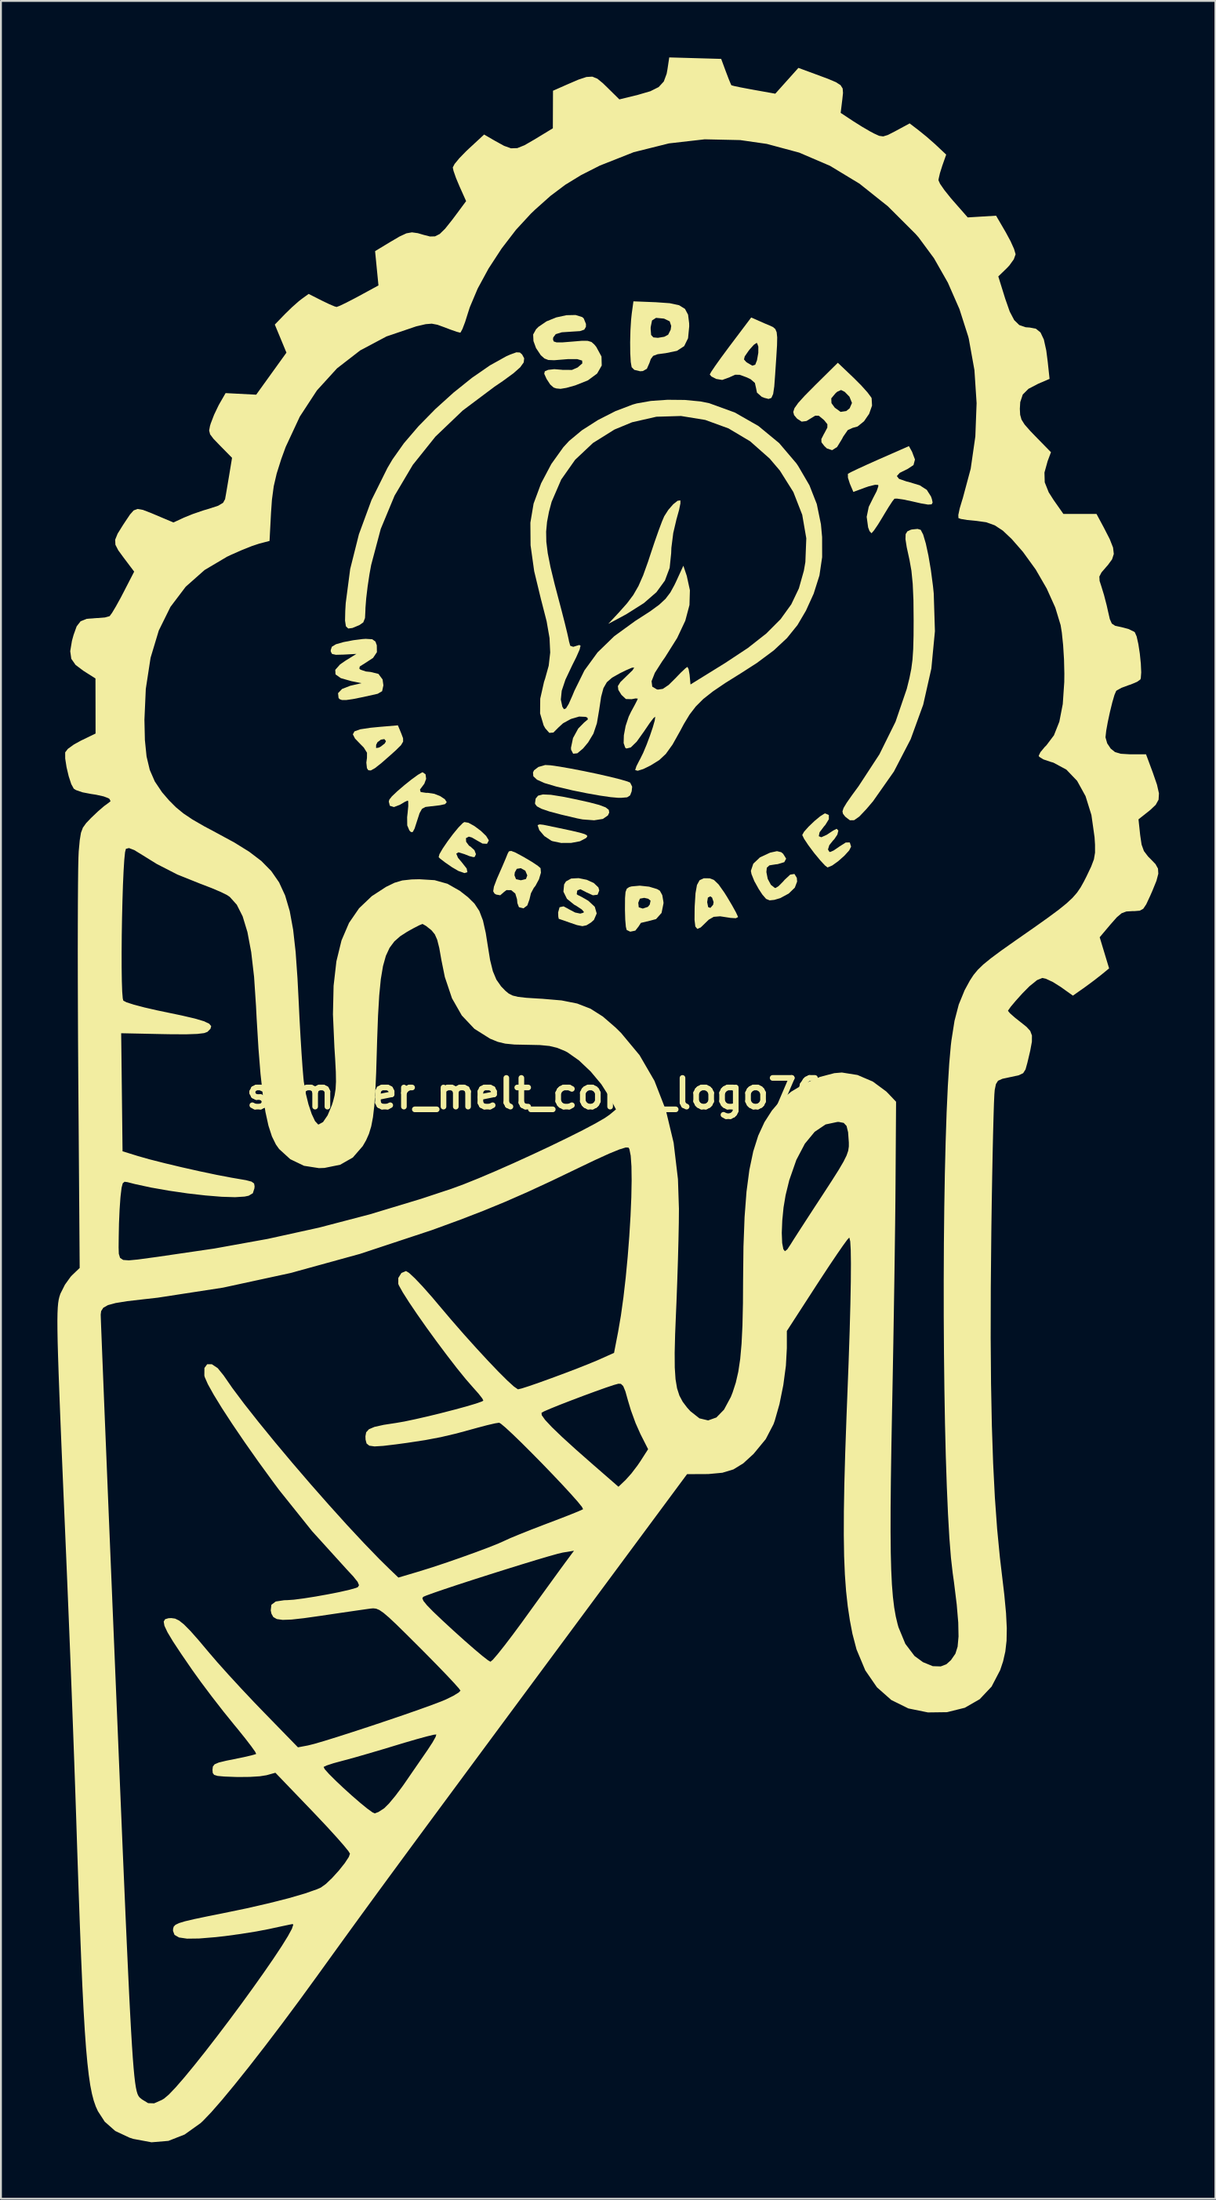
<source format=kicad_pcb>
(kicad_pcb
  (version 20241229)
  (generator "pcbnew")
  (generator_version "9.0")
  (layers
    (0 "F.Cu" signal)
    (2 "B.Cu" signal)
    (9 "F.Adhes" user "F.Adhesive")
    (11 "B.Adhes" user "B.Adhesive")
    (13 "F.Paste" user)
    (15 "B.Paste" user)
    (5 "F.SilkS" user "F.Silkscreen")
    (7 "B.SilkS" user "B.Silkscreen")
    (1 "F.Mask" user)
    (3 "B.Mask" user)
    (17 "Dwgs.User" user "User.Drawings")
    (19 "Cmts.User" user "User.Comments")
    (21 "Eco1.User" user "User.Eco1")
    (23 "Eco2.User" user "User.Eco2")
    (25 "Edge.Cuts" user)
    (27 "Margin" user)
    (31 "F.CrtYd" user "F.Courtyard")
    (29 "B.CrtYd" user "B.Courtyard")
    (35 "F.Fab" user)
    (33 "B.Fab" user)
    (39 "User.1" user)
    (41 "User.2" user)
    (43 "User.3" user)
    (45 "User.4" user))
  (footprint "summer_melt_cone_logo76"
    (layer "F.Cu")
    (at 25.38 55.043)
    (property "Reference" "summer_melt_cone_logo76" (at 0 0 0) (layer "F.SilkS") (effects (font (size 1.524 1.524) (thickness 0.3))))
    (attr board_only exclude_from_pos_files exclude_from_bom)
    (fp_poly (pts (xy 0.444 -14.281) (xy 1.309 -14.102) (xy 1.94 -13.967) (xy 2.369 -13.866) (xy 2.63 -13.789) (xy 2.755 -13.725) (xy 2.778 -13.665) (xy 2.731 -13.597) (xy 2.71 -13.576) (xy 2.389 -13.406) (xy 1.913 -13.317) (xy 1.39 -13.316) (xy 0.928 -13.412) (xy 0.864 -13.438) (xy 0.497 -13.681) (xy 0.228 -13.996) (xy 0.137 -14.264) (xy 0.249 -14.303)) (stroke (width 0) (type solid)) (fill yes) (layer "F.SilkS"))
    (fp_poly (pts (xy 0.843 -15.874) (xy 1.467 -15.775) (xy 2.067 -15.654) (xy 2.855 -15.481) (xy 3.406 -15.337) (xy 3.75 -15.208) (xy 3.919 -15.077) (xy 3.944 -14.931) (xy 3.875 -14.779) (xy 3.608 -14.593) (xy 3.142 -14.52) (xy 2.531 -14.566) (xy 2.253 -14.619) (xy 1.39 -14.822) (xy 0.764 -14.988) (xy 0.345 -15.131) (xy 0.103 -15.26) (xy 0.006 -15.387) (xy 0 -15.43) (xy 0.035 -15.675) (xy 0.163 -15.828) (xy 0.421 -15.893)) (stroke (width 0) (type solid)) (fill yes) (layer "F.SilkS"))
    (fp_poly (pts (xy 0.823 -17.441) (xy 1.297 -17.373) (xy 1.908 -17.266) (xy 2.598 -17.133) (xy 3.304 -16.985) (xy 3.966 -16.835) (xy 4.523 -16.696) (xy 4.914 -16.581) (xy 5.057 -16.521) (xy 5.163 -16.305) (xy 5.137 -16.06) (xy 5.055 -15.844) (xy 4.897 -15.741) (xy 4.581 -15.714) (xy 4.401 -15.716) (xy 4.017 -15.75) (xy 3.444 -15.833) (xy 2.757 -15.955) (xy 2.033 -16.101) (xy 2.003 -16.107) (xy 1.13 -16.312) (xy 0.506 -16.497) (xy 0.107 -16.676) (xy -0.09 -16.86) (xy -0.107 -17.06) (xy -0.052 -17.175) (xy 0.179 -17.352) (xy 0.535 -17.454) (xy 0.55 -17.456)) (stroke (width 0) (type solid)) (fill yes) (layer "F.SilkS"))
    (fp_poly (pts (xy 7.727 -31.353) (xy 7.656 -31.008) (xy 7.529 -30.549) (xy 7.52 -30.52) (xy 7.346 -29.778) (xy 7.247 -28.996) (xy 7.235 -28.697) (xy 7.155 -27.928) (xy 6.902 -27.252) (xy 6.454 -26.638) (xy 5.787 -26.058) (xy 4.879 -25.483) (xy 4.581 -25.319) (xy 3.892 -24.953) (xy 4.451 -25.552) (xy 4.887 -26.041) (xy 5.223 -26.488) (xy 5.497 -26.963) (xy 5.747 -27.533) (xy 6.011 -28.269) (xy 6.137 -28.653) (xy 6.359 -29.317) (xy 6.571 -29.92) (xy 6.749 -30.395) (xy 6.869 -30.674) (xy 7.086 -31.012) (xy 7.343 -31.306) (xy 7.578 -31.493) (xy 7.726 -31.512)) (stroke (width 0) (type solid)) (fill yes) (layer "F.SilkS"))
    (fp_poly (pts (xy -7.1 -19.116) (xy -7.012 -18.879) (xy -7.008 -18.7) (xy -7.119 -18.513) (xy -7.379 -18.254) (xy -7.657 -18.003) (xy -8.162 -17.56) (xy -8.507 -17.288) (xy -8.728 -17.167) (xy -8.859 -17.179) (xy -8.931 -17.288) (xy -8.963 -17.584) (xy -8.93 -17.832) (xy -8.928 -18.109) (xy -9.083 -18.358) (xy -8.445 -18.358) (xy -8.305 -18.379) (xy -8.206 -18.429) (xy -7.983 -18.601) (xy -7.92 -18.723) (xy -8.005 -18.834) (xy -8.19 -18.803) (xy -8.372 -18.667) (xy -8.443 -18.525) (xy -8.445 -18.358) (xy -9.083 -18.358) (xy -9.103 -18.388) (xy -9.271 -18.558) (xy -9.566 -18.864) (xy -9.68 -19.087) (xy -9.593 -19.244) (xy -9.285 -19.354) (xy -8.736 -19.436) (xy -8.266 -19.481) (xy -7.286 -19.564)) (stroke (width 0) (type solid)) (fill yes) (layer "F.SilkS"))
    (fp_poly (pts (xy 13.084 -12.825) (xy 13.186 -12.74) (xy 13.346 -12.482) (xy 13.246 -12.296) (xy 12.892 -12.19) (xy 12.792 -12.18) (xy 12.458 -12.127) (xy 12.319 -12.003) (xy 12.295 -11.77) (xy 12.367 -11.407) (xy 12.535 -11.093) (xy 12.742 -10.929) (xy 12.783 -10.924) (xy 12.939 -11.019) (xy 13.179 -11.26) (xy 13.26 -11.354) (xy 13.561 -11.634) (xy 13.787 -11.669) (xy 13.912 -11.464) (xy 13.929 -11.267) (xy 13.806 -10.942) (xy 13.483 -10.629) (xy 13.03 -10.385) (xy 12.718 -10.293) (xy 12.468 -10.267) (xy 12.28 -10.344) (xy 12.082 -10.573) (xy 11.888 -10.868) (xy 11.655 -11.287) (xy 11.504 -11.661) (xy 11.471 -11.834) (xy 11.6 -12.216) (xy 11.956 -12.552) (xy 12.494 -12.801) (xy 12.499 -12.802) (xy 12.858 -12.88)) (stroke (width 0) (type solid)) (fill yes) (layer "F.SilkS"))
    (fp_poly (pts (xy 9.283 -11.438) (xy 9.507 -11.352) (xy 9.753 -11.116) (xy 10.057 -10.687) (xy 10.205 -10.452) (xy 10.476 -9.996) (xy 10.68 -9.626) (xy 10.782 -9.405) (xy 10.788 -9.378) (xy 10.672 -9.318) (xy 10.388 -9.335) (xy 10.344 -9.343) (xy 9.837 -9.42) (xy 9.496 -9.392) (xy 9.231 -9.24) (xy 9.076 -9.089) (xy 8.806 -8.828) (xy 8.625 -8.75) (xy 8.52 -8.877) (xy 8.477 -9.229) (xy 8.482 -9.826) (xy 8.487 -9.974) (xy 8.5 -10.174) (xy 9.149 -10.174) (xy 9.202 -9.908) (xy 9.32 -9.866) (xy 9.465 -10.033) (xy 9.491 -10.174) (xy 9.41 -10.413) (xy 9.32 -10.481) (xy 9.187 -10.414) (xy 9.149 -10.174) (xy 8.5 -10.174) (xy 8.529 -10.645) (xy 8.607 -11.085) (xy 8.745 -11.336) (xy 8.965 -11.44)) (stroke (width 0) (type solid)) (fill yes) (layer "F.SilkS"))
    (fp_poly (pts (xy 6.063 -10.994) (xy 6.485 -10.867) (xy 6.635 -10.778) (xy 6.763 -10.543) (xy 6.826 -10.175) (xy 6.828 -10.11) (xy 6.725 -9.6) (xy 6.433 -9.272) (xy 5.974 -9.15) (xy 5.951 -9.149) (xy 5.626 -9.07) (xy 5.502 -8.876) (xy 5.331 -8.659) (xy 5.061 -8.603) (xy 4.871 -8.694) (xy 4.828 -8.865) (xy 4.795 -9.236) (xy 4.78 -9.735) (xy 4.78 -9.852) (xy 4.782 -10.14) (xy 5.487 -10.14) (xy 5.513 -9.899) (xy 5.723 -9.832) (xy 5.73 -9.832) (xy 5.998 -9.921) (xy 6.098 -10.043) (xy 6.141 -10.251) (xy 6.012 -10.354) (xy 5.804 -10.4) (xy 5.573 -10.357) (xy 5.487 -10.14) (xy 4.782 -10.14) (xy 4.784 -10.389) (xy 4.811 -10.713) (xy 4.878 -10.887) (xy 5.003 -10.971) (xy 5.128 -11.007) (xy 5.567 -11.047)) (stroke (width 0) (type solid)) (fill yes) (layer "F.SilkS"))
    (fp_poly (pts (xy -3.537 -14.389) (xy -3.217 -14.212) (xy -2.877 -13.958) (xy -2.598 -13.689) (xy -2.461 -13.467) (xy -2.458 -13.44) (xy -2.551 -13.271) (xy -2.789 -13.283) (xy -3.081 -13.447) (xy -3.355 -13.606) (xy -3.516 -13.652) (xy -3.669 -13.571) (xy -3.661 -13.38) (xy -3.509 -13.174) (xy -3.414 -13.11) (xy -3.218 -12.93) (xy -3.139 -12.72) (xy -3.201 -12.579) (xy -3.271 -12.563) (xy -3.482 -12.616) (xy -3.75 -12.722) (xy -4.068 -12.82) (xy -4.184 -12.748) (xy -4.092 -12.528) (xy -3.89 -12.288) (xy -3.631 -11.958) (xy -3.592 -11.763) (xy -3.746 -11.716) (xy -4.069 -11.828) (xy -4.412 -12.028) (xy -4.776 -12.28) (xy -5.038 -12.481) (xy -5.12 -12.562) (xy -5.079 -12.719) (xy -4.906 -13.019) (xy -4.648 -13.398) (xy -4.354 -13.792) (xy -4.069 -14.137) (xy -3.84 -14.37) (xy -3.754 -14.426)) (stroke (width 0) (type solid)) (fill yes) (layer "F.SilkS"))
    (fp_poly (pts (xy -5.817 -16.964) (xy -5.785 -16.723) (xy -5.883 -16.458) (xy -5.924 -16.405) (xy -6.113 -16.153) (xy -6.077 -16.022) (xy -5.797 -15.979) (xy -5.682 -15.977) (xy -5.348 -15.926) (xy -5.031 -15.799) (xy -4.791 -15.638) (xy -4.69 -15.483) (xy -4.78 -15.378) (xy -5.046 -15.32) (xy -5.438 -15.271) (xy -5.515 -15.265) (xy -5.821 -15.228) (xy -6.005 -15.129) (xy -6.134 -14.899) (xy -6.267 -14.489) (xy -6.399 -14.081) (xy -6.497 -13.897) (xy -6.594 -13.895) (xy -6.675 -13.978) (xy -6.79 -14.249) (xy -6.795 -14.688) (xy -6.772 -14.886) (xy -6.735 -15.273) (xy -6.738 -15.52) (xy -6.76 -15.568) (xy -6.918 -15.5) (xy -7.181 -15.343) (xy -7.496 -15.223) (xy -7.714 -15.291) (xy -7.77 -15.514) (xy -7.741 -15.619) (xy -7.605 -15.791) (xy -7.32 -16.061) (xy -6.951 -16.378) (xy -6.566 -16.686) (xy -6.228 -16.932) (xy -6.005 -17.062) (xy -5.97 -17.07)) (stroke (width 0) (type solid)) (fill yes) (layer "F.SilkS"))
    (fp_poly (pts (xy -0.803 -39.368) (xy -0.685 -39.263) (xy -0.575 -39.059) (xy -0.6 -38.842) (xy -0.784 -38.585) (xy -1.148 -38.263) (xy -1.715 -37.849) (xy -2.15 -37.554) (xy -3.843 -36.285) (xy -5.29 -34.902) (xy -6.495 -33.397) (xy -7.463 -31.764) (xy -8.198 -29.995) (xy -8.706 -28.084) (xy -8.796 -27.595) (xy -8.894 -26.946) (xy -8.969 -26.317) (xy -9.009 -25.813) (xy -9.013 -25.671) (xy -9.034 -25.263) (xy -9.125 -25.034) (xy -9.326 -24.892) (xy -9.361 -24.876) (xy -9.703 -24.735) (xy -9.925 -24.707) (xy -10.049 -24.826) (xy -10.095 -25.128) (xy -10.083 -25.648) (xy -10.058 -26.059) (xy -9.821 -27.868) (xy -9.357 -29.715) (xy -8.69 -31.529) (xy -7.841 -33.237) (xy -7.574 -33.689) (xy -6.969 -34.545) (xy -6.193 -35.451) (xy -5.298 -36.363) (xy -4.332 -37.236) (xy -3.348 -38.025) (xy -2.395 -38.684) (xy -1.524 -39.169) (xy -1.318 -39.261) (xy -0.99 -39.378)) (stroke (width 0) (type solid)) (fill yes) (layer "F.SilkS"))
    (fp_poly (pts (xy 6.424 -42.039) (xy 7.157 -41.987) (xy 7.658 -41.879) (xy 7.97 -41.685) (xy 8.134 -41.376) (xy 8.191 -40.921) (xy 8.194 -40.757) (xy 8.133 -40.127) (xy 7.927 -39.707) (xy 7.54 -39.456) (xy 6.947 -39.334) (xy 6.517 -39.278) (xy 6.279 -39.189) (xy 6.152 -39.019) (xy 6.083 -38.817) (xy 5.944 -38.502) (xy 5.729 -38.383) (xy 5.585 -38.373) (xy 5.276 -38.447) (xy 5.136 -38.589) (xy 5.088 -38.863) (xy 5.062 -39.33) (xy 5.056 -39.913) (xy 5.071 -40.533) (xy 5.076 -40.618) (xy 6.145 -40.618) (xy 6.17 -40.3) (xy 6.289 -40.171) (xy 6.528 -40.148) (xy 6.869 -40.204) (xy 7.074 -40.312) (xy 7.208 -40.576) (xy 7.238 -40.779) (xy 7.156 -41.026) (xy 6.873 -41.162) (xy 6.831 -41.172) (xy 6.431 -41.209) (xy 6.219 -41.071) (xy 6.147 -40.718) (xy 6.145 -40.618) (xy 5.076 -40.618) (xy 5.106 -41.11) (xy 5.141 -41.439) (xy 5.23 -42.086)) (stroke (width 0) (type solid)) (fill yes) (layer "F.SilkS"))
    (fp_poly (pts (xy 2.746 -11.36) (xy 3.125 -11.188) (xy 3.369 -10.954) (xy 3.414 -10.795) (xy 3.325 -10.566) (xy 3.076 -10.536) (xy 2.697 -10.71) (xy 2.671 -10.727) (xy 2.411 -10.857) (xy 2.265 -10.803) (xy 2.242 -10.77) (xy 2.217 -10.596) (xy 2.263 -10.557) (xy 2.455 -10.462) (xy 2.766 -10.284) (xy 2.834 -10.243) (xy 3.176 -9.926) (xy 3.278 -9.571) (xy 3.133 -9.231) (xy 2.974 -9.089) (xy 2.735 -8.942) (xy 2.519 -8.897) (xy 2.229 -8.954) (xy 1.844 -9.085) (xy 1.501 -9.206) (xy 1.29 -9.277) (xy 1.263 -9.284) (xy 1.237 -9.403) (xy 1.229 -9.627) (xy 1.304 -9.902) (xy 1.519 -9.949) (xy 1.852 -9.768) (xy 2.132 -9.621) (xy 2.407 -9.564) (xy 2.578 -9.612) (xy 2.594 -9.662) (xy 2.485 -9.783) (xy 2.21 -9.965) (xy 2.082 -10.037) (xy 1.697 -10.349) (xy 1.51 -10.729) (xy 1.547 -11.114) (xy 1.646 -11.274) (xy 1.921 -11.426) (xy 2.316 -11.447)) (stroke (width 0) (type solid)) (fill yes) (layer "F.SilkS"))
    (fp_poly (pts (xy -1.036 -12.805) (xy -0.636 -12.589) (xy -0.58 -12.558) (xy -0.163 -12.311) (xy 0.154 -12.099) (xy 0.295 -11.976) (xy 0.315 -11.738) (xy 0.212 -11.39) (xy 0.025 -11.041) (xy -0.066 -10.925) (xy -0.217 -10.641) (xy -0.296 -10.311) (xy -0.409 -9.998) (xy -0.614 -9.843) (xy -0.839 -9.899) (xy -0.86 -9.919) (xy -0.936 -10.119) (xy -0.956 -10.328) (xy -1.048 -10.63) (xy -1.264 -10.808) (xy -1.515 -10.812) (xy -1.641 -10.717) (xy -1.847 -10.537) (xy -2.062 -10.575) (xy -2.153 -10.629) (xy -2.222 -10.75) (xy -2.183 -10.995) (xy -2.025 -11.412) (xy -1.943 -11.599) (xy -1.092 -11.599) (xy -1.008 -11.39) (xy -0.751 -11.334) (xy -0.48 -11.401) (xy -0.41 -11.593) (xy -0.516 -11.843) (xy -0.754 -11.976) (xy -0.968 -11.941) (xy -1.072 -11.756) (xy -1.092 -11.599) (xy -1.943 -11.599) (xy -1.935 -11.617) (xy -1.725 -12.096) (xy -1.552 -12.503) (xy -1.454 -12.747) (xy -1.387 -12.871) (xy -1.267 -12.894)) (stroke (width 0) (type solid)) (fill yes) (layer "F.SilkS"))
    (fp_poly (pts (xy 15.615 -14.799) (xy 15.615 -14.577) (xy 15.427 -14.273) (xy 15.363 -14.202) (xy 15.122 -13.883) (xy 15.079 -13.675) (xy 15.215 -13.619) (xy 15.51 -13.753) (xy 15.564 -13.79) (xy 15.845 -13.975) (xy 16.022 -14.064) (xy 16.033 -14.066) (xy 16.12 -13.974) (xy 16.067 -13.759) (xy 15.902 -13.513) (xy 15.841 -13.451) (xy 15.64 -13.199) (xy 15.567 -12.968) (xy 15.645 -12.842) (xy 15.686 -12.837) (xy 15.866 -12.914) (xy 16.14 -13.101) (xy 16.151 -13.11) (xy 16.513 -13.34) (xy 16.727 -13.343) (xy 16.797 -13.121) (xy 16.695 -12.919) (xy 16.441 -12.639) (xy 16.114 -12.349) (xy 15.793 -12.119) (xy 15.554 -12.018) (xy 15.543 -12.017) (xy 15.412 -12.117) (xy 15.167 -12.381) (xy 14.857 -12.754) (xy 14.819 -12.802) (xy 14.517 -13.207) (xy 14.297 -13.539) (xy 14.203 -13.733) (xy 14.202 -13.742) (xy 14.298 -13.914) (xy 14.538 -14.182) (xy 14.847 -14.478) (xy 15.152 -14.731) (xy 15.378 -14.874) (xy 15.424 -14.885)) (stroke (width 0) (type solid)) (fill yes) (layer "F.SilkS"))
    (fp_poly (pts (xy -8.65 -24.137) (xy -8.479 -24.014) (xy -8.407 -23.817) (xy -8.401 -23.451) (xy -8.606 -23.145) (xy -9.052 -22.853) (xy -9.057 -22.851) (xy -9.312 -22.69) (xy -9.335 -22.574) (xy -9.272 -22.521) (xy -8.991 -22.425) (xy -8.733 -22.398) (xy -8.321 -22.297) (xy -8.1 -22.001) (xy -8.057 -21.688) (xy -8.124 -21.378) (xy -8.36 -21.24) (xy -8.364 -21.239) (xy -9.131 -21.068) (xy -9.675 -20.959) (xy -10.037 -20.907) (xy -10.26 -20.908) (xy -10.386 -20.957) (xy -10.439 -21.018) (xy -10.467 -21.272) (xy -10.252 -21.497) (xy -9.821 -21.665) (xy -9.79 -21.672) (xy -9.218 -21.803) (xy -9.764 -21.913) (xy -10.317 -22.07) (xy -10.6 -22.269) (xy -10.614 -22.512) (xy -10.359 -22.8) (xy -10.071 -22.999) (xy -9.491 -23.358) (xy -10.174 -23.321) (xy -10.581 -23.311) (xy -10.785 -23.356) (xy -10.852 -23.479) (xy -10.856 -23.555) (xy -10.797 -23.738) (xy -10.578 -23.871) (xy -10.174 -23.986) (xy -9.658 -24.085) (xy -9.158 -24.148) (xy -8.994 -24.158)) (stroke (width 0) (type solid)) (fill yes) (layer "F.SilkS"))
    (fp_poly (pts (xy 20.497 -29.948) (xy 20.626 -29.699) (xy 20.766 -29.227) (xy 20.906 -28.58) (xy 21.037 -27.809) (xy 21.148 -26.962) (xy 21.188 -26.573) (xy 21.251 -24.564) (xy 21.062 -22.584) (xy 20.629 -20.662) (xy 19.963 -18.828) (xy 19.071 -17.108) (xy 17.964 -15.533) (xy 17.614 -15.12) (xy 17.234 -14.719) (xy 16.958 -14.525) (xy 16.734 -14.521) (xy 16.51 -14.69) (xy 16.461 -14.742) (xy 16.367 -14.864) (xy 16.338 -14.994) (xy 16.396 -15.174) (xy 16.561 -15.449) (xy 16.852 -15.864) (xy 17.194 -16.33) (xy 18.301 -18.023) (xy 19.158 -19.754) (xy 19.755 -21.5) (xy 19.757 -21.508) (xy 19.896 -22.068) (xy 19.995 -22.56) (xy 20.06 -23.055) (xy 20.098 -23.623) (xy 20.116 -24.333) (xy 20.12 -25.127) (xy 20.11 -26.211) (xy 20.072 -27.075) (xy 20.003 -27.772) (xy 19.9 -28.353) (xy 19.894 -28.379) (xy 19.753 -29.025) (xy 19.686 -29.456) (xy 19.696 -29.721) (xy 19.789 -29.87) (xy 19.968 -29.952) (xy 20.026 -29.967) (xy 20.33 -29.998)) (stroke (width 0) (type solid)) (fill yes) (layer "F.SilkS"))
    (fp_poly (pts (xy 20.035 -34.097) (xy 20.191 -33.684) (xy 20.113 -33.39) (xy 19.806 -33.186) (xy 19.382 -32.976) (xy 19.228 -32.804) (xy 19.345 -32.655) (xy 19.734 -32.521) (xy 19.86 -32.491) (xy 20.445 -32.314) (xy 20.819 -32.072) (xy 21.043 -31.719) (xy 21.091 -31.579) (xy 21.129 -31.398) (xy 21.076 -31.303) (xy 20.885 -31.29) (xy 20.514 -31.353) (xy 20.009 -31.468) (xy 19.565 -31.561) (xy 19.233 -31.608) (xy 19.101 -31.602) (xy 18.991 -31.464) (xy 18.787 -31.152) (xy 18.53 -30.729) (xy 18.488 -30.657) (xy 18.228 -30.232) (xy 18.014 -29.918) (xy 17.887 -29.773) (xy 17.877 -29.77) (xy 17.775 -29.884) (xy 17.702 -30.077) (xy 17.625 -30.639) (xy 17.734 -31.169) (xy 17.97 -31.646) (xy 18.155 -32.003) (xy 18.244 -32.261) (xy 18.238 -32.335) (xy 18.071 -32.341) (xy 17.743 -32.262) (xy 17.535 -32.191) (xy 16.917 -31.962) (xy 16.73 -32.402) (xy 16.629 -32.718) (xy 16.626 -32.916) (xy 16.636 -32.929) (xy 16.79 -33.014) (xy 17.144 -33.184) (xy 17.645 -33.414) (xy 18.244 -33.682) (xy 18.299 -33.706) (xy 19.869 -34.396)) (stroke (width 0) (type solid)) (fill yes) (layer "F.SilkS"))
    (fp_poly (pts (xy 12.197 -40.916) (xy 12.456 -40.809) (xy 12.644 -40.722) (xy 12.77 -40.614) (xy 12.842 -40.443) (xy 12.87 -40.169) (xy 12.861 -39.75) (xy 12.824 -39.146) (xy 12.768 -38.314) (xy 12.761 -38.202) (xy 12.714 -37.567) (xy 12.655 -37.165) (xy 12.562 -36.957) (xy 12.411 -36.902) (xy 12.178 -36.962) (xy 12.051 -37.012) (xy 11.795 -37.237) (xy 11.744 -37.488) (xy 11.684 -37.753) (xy 11.459 -37.948) (xy 11.232 -38.055) (xy 10.878 -38.183) (xy 10.635 -38.188) (xy 10.369 -38.068) (xy 10.341 -38.053) (xy 9.949 -37.911) (xy 9.624 -37.965) (xy 9.373 -38.096) (xy 9.286 -38.201) (xy 9.364 -38.344) (xy 9.578 -38.661) (xy 9.82 -39) (xy 11.105 -39) (xy 11.214 -38.874) (xy 11.272 -38.83) (xy 11.548 -38.668) (xy 11.703 -38.72) (xy 11.795 -38.953) (xy 11.866 -39.35) (xy 11.868 -39.683) (xy 11.802 -39.864) (xy 11.77 -39.875) (xy 11.625 -39.775) (xy 11.404 -39.527) (xy 11.34 -39.444) (xy 11.144 -39.16) (xy 11.105 -39) (xy 9.82 -39) (xy 9.897 -39.107) (xy 10.29 -39.639) (xy 10.387 -39.768) (xy 11.488 -41.228)) (stroke (width 0) (type solid)) (fill yes) (layer "F.SilkS"))
    (fp_poly (pts (xy 16.938 -38.018) (xy 17.34 -37.615) (xy 17.666 -37.252) (xy 17.862 -36.99) (xy 17.888 -36.939) (xy 17.91 -36.548) (xy 17.756 -36.111) (xy 17.482 -35.713) (xy 17.14 -35.438) (xy 16.875 -35.364) (xy 16.62 -35.247) (xy 16.372 -34.89) (xy 16.319 -34.783) (xy 16.053 -34.348) (xy 15.789 -34.18) (xy 15.511 -34.272) (xy 15.376 -34.399) (xy 15.223 -34.596) (xy 15.215 -34.771) (xy 15.353 -35.042) (xy 15.38 -35.087) (xy 15.534 -35.377) (xy 15.537 -35.558) (xy 15.378 -35.756) (xy 15.323 -35.811) (xy 15.079 -36.01) (xy 14.89 -36.012) (xy 14.781 -35.946) (xy 14.423 -35.728) (xy 14.171 -35.696) (xy 13.938 -35.846) (xy 13.904 -35.879) (xy 13.768 -36.043) (xy 13.723 -36.21) (xy 13.789 -36.414) (xy 13.987 -36.691) (xy 14.205 -36.932) (xy 15.743 -36.932) (xy 15.754 -36.678) (xy 15.93 -36.438) (xy 16.239 -36.214) (xy 16.539 -36.259) (xy 16.718 -36.402) (xy 16.844 -36.689) (xy 16.709 -37.022) (xy 16.46 -37.277) (xy 16.263 -37.377) (xy 16.058 -37.282) (xy 15.975 -37.21) (xy 15.743 -36.932) (xy 14.205 -36.932) (xy 14.338 -37.078) (xy 14.863 -37.608) (xy 15.001 -37.745) (xy 16.092 -38.823)) (stroke (width 0) (type solid)) (fill yes) (layer "F.SilkS"))
    (fp_poly (pts (xy 2.511 -41.249) (xy 2.589 -41.179) (xy 2.708 -40.885) (xy 2.706 -40.735) (xy 2.619 -40.583) (xy 2.391 -40.505) (xy 1.967 -40.478) (xy 1.423 -40.442) (xy 1.104 -40.346) (xy 0.969 -40.17) (xy 0.956 -40.06) (xy 0.995 -39.955) (xy 1.147 -39.906) (xy 1.466 -39.907) (xy 1.959 -39.946) (xy 2.478 -39.989) (xy 2.8 -39.988) (xy 3.001 -39.927) (xy 3.157 -39.788) (xy 3.256 -39.666) (xy 3.533 -39.155) (xy 3.546 -38.678) (xy 3.302 -38.251) (xy 2.81 -37.888) (xy 2.141 -37.622) (xy 1.664 -37.489) (xy 1.356 -37.438) (xy 1.131 -37.46) (xy 0.987 -37.509) (xy 0.806 -37.671) (xy 0.614 -37.965) (xy 0.613 -37.967) (xy 0.49 -38.24) (xy 0.521 -38.371) (xy 0.696 -38.446) (xy 1.025 -38.483) (xy 1.435 -38.45) (xy 1.457 -38.446) (xy 1.966 -38.443) (xy 2.269 -38.576) (xy 2.515 -38.791) (xy 2.504 -38.94) (xy 2.245 -39.017) (xy 1.745 -39.017) (xy 1.513 -38.998) (xy 1.015 -38.958) (xy 0.705 -38.971) (xy 0.499 -39.052) (xy 0.315 -39.217) (xy 0.304 -39.228) (xy 0.054 -39.604) (xy -0.082 -39.976) (xy -0.099 -40.325) (xy 0.055 -40.602) (xy 0.184 -40.732) (xy 0.609 -41.022) (xy 1.13 -41.233) (xy 1.671 -41.35) (xy 2.157 -41.36)) (stroke (width 0) (type solid)) (fill yes) (layer "F.SilkS"))
    (fp_poly (pts (xy 7.961 -36.848) (xy 8.799 -36.768) (xy 9.254 -36.676) (xy 10.616 -36.182) (xy 11.871 -35.465) (xy 12.975 -34.555) (xy 13.887 -33.483) (xy 13.985 -33.339) (xy 14.583 -32.315) (xy 14.974 -31.318) (xy 15.194 -30.245) (xy 15.256 -29.565) (xy 15.258 -28.498) (xy 15.115 -27.526) (xy 14.807 -26.554) (xy 14.398 -25.656) (xy 13.949 -24.892) (xy 13.391 -24.2) (xy 12.685 -23.542) (xy 11.789 -22.876) (xy 10.966 -22.347) (xy 10.109 -21.811) (xy 9.449 -21.363) (xy 8.942 -20.963) (xy 8.546 -20.568) (xy 8.216 -20.139) (xy 7.91 -19.634) (xy 7.711 -19.26) (xy 7.309 -18.543) (xy 6.952 -18.046) (xy 6.606 -17.722) (xy 6.582 -17.706) (xy 6.144 -17.434) (xy 5.75 -17.241) (xy 5.458 -17.151) (xy 5.328 -17.186) (xy 5.326 -17.202) (xy 5.389 -17.393) (xy 5.547 -17.705) (xy 5.589 -17.779) (xy 5.747 -18.098) (xy 5.929 -18.534) (xy 6.109 -19.014) (xy 6.262 -19.468) (xy 6.363 -19.824) (xy 6.387 -20.011) (xy 6.382 -20.02) (xy 6.289 -19.94) (xy 6.093 -19.682) (xy 5.833 -19.3) (xy 5.806 -19.259) (xy 5.404 -18.696) (xy 5.089 -18.389) (xy 4.858 -18.333) (xy 4.794 -18.375) (xy 4.71 -18.623) (xy 4.722 -19.037) (xy 4.815 -19.532) (xy 4.978 -20.024) (xy 5.1 -20.279) (xy 5.3 -20.647) (xy 5.432 -20.906) (xy 5.462 -20.982) (xy 5.35 -20.994) (xy 5.136 -20.953) (xy 4.83 -20.961) (xy 4.59 -21.186) (xy 4.428 -21.448) (xy 4.403 -21.648) (xy 4.538 -21.863) (xy 4.857 -22.174) (xy 4.882 -22.197) (xy 5.181 -22.488) (xy 5.274 -22.63) (xy 5.153 -22.626) (xy 4.81 -22.478) (xy 4.507 -22.328) (xy 4.095 -22.096) (xy 3.817 -21.854) (xy 3.636 -21.538) (xy 3.514 -21.081) (xy 3.414 -20.419) (xy 3.411 -20.396) (xy 3.288 -19.672) (xy 3.105 -19.125) (xy 2.822 -18.655) (xy 2.553 -18.333) (xy 2.248 -18.079) (xy 2.027 -18.057) (xy 1.918 -18.267) (xy 1.912 -18.374) (xy 2.02 -18.889) (xy 2.297 -19.395) (xy 2.617 -19.72) (xy 2.811 -19.88) (xy 2.784 -19.972) (xy 2.692 -20.014) (xy 2.345 -20.03) (xy 1.908 -19.902) (xy 1.491 -19.674) (xy 1.246 -19.45) (xy 0.978 -19.181) (xy 0.761 -19.163) (xy 0.547 -19.403) (xy 0.458 -19.562) (xy 0.27 -20.197) (xy 0.278 -20.982) (xy 0.48 -21.876) (xy 0.536 -22.042) (xy 0.728 -22.732) (xy 0.808 -23.433) (xy 0.772 -24.201) (xy 0.617 -25.094) (xy 0.341 -26.17) (xy 0.327 -26.219) (xy -0.044 -27.753) (xy -0.236 -29.128) (xy -0.242 -29.853) (xy 0.591 -29.853) (xy 0.601 -29.317) (xy 0.677 -28.707) (xy 0.822 -27.973) (xy 1.043 -27.063) (xy 1.229 -26.356) (xy 1.42 -25.633) (xy 1.587 -24.979) (xy 1.715 -24.453) (xy 1.792 -24.11) (xy 1.805 -24.034) (xy 1.872 -23.791) (xy 2.031 -23.734) (xy 2.347 -23.831) (xy 2.421 -23.8) (xy 2.371 -23.59) (xy 2.191 -23.181) (xy 1.972 -22.743) (xy 1.616 -21.99) (xy 1.42 -21.402) (xy 1.372 -20.933) (xy 1.452 -20.554) (xy 1.537 -20.421) (xy 1.644 -20.462) (xy 1.791 -20.701) (xy 1.997 -21.166) (xy 2.091 -21.395) (xy 2.627 -22.482) (xy 3.322 -23.436) (xy 4.212 -24.3) (xy 5.335 -25.115) (xy 5.462 -25.196) (xy 6.123 -25.623) (xy 6.597 -25.969) (xy 6.935 -26.283) (xy 7.191 -26.619) (xy 7.414 -27.027) (xy 7.512 -27.233) (xy 7.883 -28.042) (xy 8.064 -27.506) (xy 8.231 -26.741) (xy 8.208 -25.956) (xy 7.986 -25.121) (xy 7.555 -24.205) (xy 6.908 -23.176) (xy 6.754 -22.957) (xy 6.368 -22.351) (xy 6.194 -21.908) (xy 6.231 -21.618) (xy 6.477 -21.473) (xy 6.535 -21.463) (xy 6.793 -21.501) (xy 7.102 -21.71) (xy 7.439 -22.043) (xy 7.754 -22.369) (xy 7.995 -22.595) (xy 8.099 -22.669) (xy 8.162 -22.549) (xy 8.214 -22.255) (xy 8.219 -22.202) (xy 8.262 -21.734) (xy 10.105 -22.875) (xy 11.318 -23.677) (xy 12.291 -24.442) (xy 13.05 -25.203) (xy 13.618 -25.991) (xy 14.022 -26.837) (xy 14.286 -27.773) (xy 14.367 -28.237) (xy 14.416 -29.5) (xy 14.2 -30.748) (xy 13.729 -31.955) (xy 13.012 -33.096) (xy 12.469 -33.735) (xy 11.433 -34.651) (xy 10.281 -35.337) (xy 9.045 -35.787) (xy 7.759 -35.996) (xy 6.452 -35.957) (xy 5.159 -35.663) (xy 4.222 -35.276) (xy 3.081 -34.563) (xy 2.133 -33.671) (xy 1.394 -32.622) (xy 0.883 -31.438) (xy 0.742 -30.908) (xy 0.639 -30.366) (xy 0.591 -29.853) (xy -0.242 -29.853) (xy -0.246 -30.329) (xy -0.075 -31.344) (xy -0.073 -31.349) (xy 0.325 -32.421) (xy 0.868 -33.447) (xy 1.505 -34.337) (xy 1.81 -34.669) (xy 2.489 -35.234) (xy 3.343 -35.78) (xy 4.273 -36.254) (xy 5.184 -36.601) (xy 5.403 -36.663) (xy 6.152 -36.795) (xy 7.041 -36.857)) (stroke (width 0) (type solid)) (fill yes) (layer "F.SilkS"))
    (fp_poly (pts (xy 8.513 -55.004) (xy 9.893 -54.965) (xy 10.145 -54.284) (xy 10.293 -53.896) (xy 10.402 -53.632) (xy 10.437 -53.564) (xy 10.579 -53.524) (xy 10.927 -53.451) (xy 11.414 -53.359) (xy 11.622 -53.321) (xy 12.768 -53.116) (xy 13.383 -53.802) (xy 13.997 -54.487) (xy 14.934 -54.142) (xy 15.57 -53.906) (xy 15.991 -53.728) (xy 16.237 -53.57) (xy 16.349 -53.392) (xy 16.367 -53.156) (xy 16.332 -52.824) (xy 16.329 -52.802) (xy 16.243 -52.097) (xy 16.895 -51.666) (xy 17.358 -51.374) (xy 17.813 -51.109) (xy 18.016 -51.001) (xy 18.289 -50.877) (xy 18.502 -50.847) (xy 18.751 -50.923) (xy 19.131 -51.118) (xy 19.196 -51.153) (xy 19.908 -51.538) (xy 20.388 -51.171) (xy 20.801 -50.837) (xy 21.242 -50.451) (xy 21.359 -50.342) (xy 21.85 -49.88) (xy 21.645 -49.298) (xy 21.519 -48.899) (xy 21.447 -48.587) (xy 21.44 -48.516) (xy 21.525 -48.328) (xy 21.753 -47.998) (xy 22.081 -47.588) (xy 22.217 -47.43) (xy 22.995 -46.544) (xy 23.749 -46.59) (xy 24.502 -46.635) (xy 25.019 -45.748) (xy 25.272 -45.278) (xy 25.457 -44.867) (xy 25.536 -44.596) (xy 25.537 -44.58) (xy 25.443 -44.319) (xy 25.206 -43.99) (xy 25.078 -43.854) (xy 24.619 -43.409) (xy 24.988 -42.223) (xy 25.227 -41.541) (xy 25.464 -41.09) (xy 25.735 -40.826) (xy 26.074 -40.71) (xy 26.288 -40.695) (xy 26.618 -40.632) (xy 26.862 -40.433) (xy 27.039 -40.06) (xy 27.168 -39.477) (xy 27.245 -38.88) (xy 27.343 -37.967) (xy 26.745 -37.711) (xy 26.222 -37.439) (xy 25.919 -37.136) (xy 25.785 -36.732) (xy 25.764 -36.378) (xy 25.78 -36.062) (xy 25.852 -35.805) (xy 26.019 -35.54) (xy 26.322 -35.196) (xy 26.591 -34.917) (xy 27.418 -34.072) (xy 27.239 -33.594) (xy 27.072 -32.991) (xy 27.087 -32.472) (xy 27.298 -31.942) (xy 27.558 -31.534) (xy 28.078 -30.794) (xy 29.837 -30.794) (xy 30.224 -30.074) (xy 30.541 -29.455) (xy 30.717 -29.007) (xy 30.757 -28.669) (xy 30.665 -28.381) (xy 30.446 -28.083) (xy 30.377 -28.004) (xy 30.104 -27.688) (xy 29.989 -27.467) (xy 30.002 -27.236) (xy 30.096 -26.945) (xy 30.236 -26.489) (xy 30.381 -25.93) (xy 30.445 -25.641) (xy 30.545 -25.207) (xy 30.652 -24.968) (xy 30.827 -24.853) (xy 31.129 -24.787) (xy 31.146 -24.784) (xy 31.542 -24.679) (xy 31.836 -24.537) (xy 31.875 -24.505) (xy 31.97 -24.288) (xy 32.061 -23.883) (xy 32.139 -23.374) (xy 32.193 -22.845) (xy 32.214 -22.38) (xy 32.191 -22.064) (xy 32.167 -21.998) (xy 31.99 -21.873) (xy 31.656 -21.733) (xy 31.538 -21.695) (xy 31.168 -21.558) (xy 30.915 -21.418) (xy 30.879 -21.384) (xy 30.791 -21.176) (xy 30.676 -20.781) (xy 30.553 -20.279) (xy 30.439 -19.752) (xy 30.354 -19.282) (xy 30.317 -18.949) (xy 30.316 -18.922) (xy 30.407 -18.605) (xy 30.595 -18.325) (xy 30.82 -18.145) (xy 31.125 -18.054) (xy 31.599 -18.026) (xy 31.671 -18.026) (xy 32.469 -18.026) (xy 32.827 -17.062) (xy 33.051 -16.414) (xy 33.156 -15.952) (xy 33.136 -15.615) (xy 32.983 -15.34) (xy 32.693 -15.066) (xy 32.627 -15.013) (xy 32.069 -14.571) (xy 32.158 -13.738) (xy 32.233 -13.231) (xy 32.357 -12.887) (xy 32.58 -12.594) (xy 32.727 -12.448) (xy 32.973 -12.192) (xy 33.105 -11.956) (xy 33.122 -11.681) (xy 33.023 -11.306) (xy 32.806 -10.771) (xy 32.678 -10.481) (xy 32.479 -10.054) (xy 32.321 -9.819) (xy 32.138 -9.719) (xy 31.86 -9.696) (xy 31.753 -9.696) (xy 31.423 -9.676) (xy 31.171 -9.582) (xy 30.916 -9.367) (xy 30.593 -9.001) (xy 30.007 -8.307) (xy 30.257 -7.481) (xy 30.507 -6.654) (xy 30.104 -6.323) (xy 29.736 -6.035) (xy 29.294 -5.707) (xy 29.143 -5.599) (xy 28.584 -5.206) (xy 27.924 -5.676) (xy 27.514 -5.932) (xy 27.147 -6.103) (xy 26.961 -6.145) (xy 26.68 -6.032) (xy 26.275 -5.704) (xy 25.893 -5.318) (xy 25.541 -4.926) (xy 25.276 -4.61) (xy 25.143 -4.421) (xy 25.135 -4.396) (xy 25.239 -4.27) (xy 25.503 -4.037) (xy 25.81 -3.794) (xy 26.12 -3.547) (xy 26.316 -3.332) (xy 26.407 -3.089) (xy 26.404 -2.758) (xy 26.315 -2.278) (xy 26.164 -1.639) (xy 26.066 -1.286) (xy 25.941 -1.088) (xy 25.708 -0.976) (xy 25.289 -0.885) (xy 25.266 -0.881) (xy 24.838 -0.789) (xy 24.605 -0.685) (xy 24.493 -0.507) (xy 24.429 -0.198) (xy 24.41 0.042) (xy 24.388 0.526) (xy 24.366 1.227) (xy 24.342 2.117) (xy 24.318 3.168) (xy 24.295 4.351) (xy 24.273 5.638) (xy 24.253 7.001) (xy 24.248 7.374) (xy 24.22 10.298) (xy 24.214 12.968) (xy 24.233 15.401) (xy 24.276 17.614) (xy 24.344 19.626) (xy 24.437 21.454) (xy 24.557 23.116) (xy 24.703 24.629) (xy 24.794 25.4) (xy 24.937 26.608) (xy 25.03 27.592) (xy 25.07 28.395) (xy 25.058 29.06) (xy 24.993 29.631) (xy 24.875 30.153) (xy 24.719 30.622) (xy 24.262 31.498) (xy 23.631 32.167) (xy 22.838 32.622) (xy 21.894 32.856) (xy 20.879 32.869) (xy 19.839 32.657) (xy 18.934 32.21) (xy 18.17 31.534) (xy 17.551 30.636) (xy 17.085 29.522) (xy 16.868 28.693) (xy 16.731 27.975) (xy 16.619 27.23) (xy 16.531 26.431) (xy 16.467 25.553) (xy 16.426 24.57) (xy 16.409 23.456) (xy 16.413 22.186) (xy 16.438 20.732) (xy 16.485 19.071) (xy 16.552 17.175) (xy 16.591 16.182) (xy 16.664 14.294) (xy 16.72 12.627) (xy 16.759 11.187) (xy 16.782 9.982) (xy 16.788 9.019) (xy 16.778 8.306) (xy 16.751 7.849) (xy 16.706 7.657) (xy 16.694 7.65) (xy 16.593 7.761) (xy 16.368 8.068) (xy 16.042 8.539) (xy 15.637 9.14) (xy 15.177 9.839) (xy 14.987 10.13) (xy 13.383 12.607) (xy 13.383 13.523) (xy 13.332 14.451) (xy 13.195 15.479) (xy 12.99 16.494) (xy 12.738 17.38) (xy 12.672 17.563) (xy 12.26 18.354) (xy 11.622 19.128) (xy 11.611 19.14) (xy 11.065 19.64) (xy 10.542 19.961) (xy 9.956 20.138) (xy 9.221 20.206) (xy 8.922 20.21) (xy 8.081 20.211) (xy 0.923 29.872) (xy -0.528 31.83) (xy -1.828 33.585) (xy -2.99 35.155) (xy -4.026 36.556) (xy -4.95 37.805) (xy -5.773 38.918) (xy -6.508 39.914) (xy -7.166 40.808) (xy -7.762 41.618) (xy -8.306 42.36) (xy -8.811 43.051) (xy -9.29 43.708) (xy -9.755 44.348) (xy -10.219 44.988) (xy -10.694 45.645) (xy -11.192 46.335) (xy -11.567 46.855) (xy -12.52 48.164) (xy -13.455 49.422) (xy -14.354 50.604) (xy -15.197 51.688) (xy -15.967 52.65) (xy -16.644 53.467) (xy -17.21 54.114) (xy -17.647 54.57) (xy -17.774 54.687) (xy -18.621 55.291) (xy -19.48 55.628) (xy -20.379 55.703) (xy -21.345 55.523) (xy -21.547 55.458) (xy -22.305 55.103) (xy -22.865 54.609) (xy -23.227 54.051) (xy -23.343 53.796) (xy -23.448 53.493) (xy -23.544 53.127) (xy -23.632 52.68) (xy -23.712 52.136) (xy -23.787 51.479) (xy -23.858 50.692) (xy -23.925 49.759) (xy -23.99 48.662) (xy -24.054 47.386) (xy -24.118 45.914) (xy -24.184 44.23) (xy -24.253 42.317) (xy -24.327 40.158) (xy -24.378 38.578) (xy -24.426 37.148) (xy -24.484 35.503) (xy -24.55 33.704) (xy -24.621 31.808) (xy -24.696 29.874) (xy -24.773 27.961) (xy -24.848 26.128) (xy -24.916 24.512) (xy -25.01 22.319) (xy -25.093 20.381) (xy -25.165 18.682) (xy -25.225 17.206) (xy -25.275 15.935) (xy -25.315 14.852) (xy -25.345 13.94) (xy -25.366 13.183) (xy -25.377 12.564) (xy -25.38 12.065) (xy -25.375 11.733) (xy -23.078 11.733) (xy -23.073 11.917) (xy -23.057 12.355) (xy -23.03 13.03) (xy -22.995 13.923) (xy -22.951 15.017) (xy -22.9 16.292) (xy -22.841 17.732) (xy -22.776 19.317) (xy -22.706 21.03) (xy -22.631 22.852) (xy -22.552 24.766) (xy -22.469 26.752) (xy -22.466 26.841) (xy -22.335 29.98) (xy -22.215 32.859) (xy -22.106 35.487) (xy -22.006 37.878) (xy -21.915 40.041) (xy -21.831 41.989) (xy -21.756 43.734) (xy -21.686 45.286) (xy -21.623 46.658) (xy -21.566 47.86) (xy -21.512 48.905) (xy -21.463 49.804) (xy -21.417 50.568) (xy -21.374 51.209) (xy -21.332 51.739) (xy -21.292 52.168) (xy -21.252 52.51) (xy -21.212 52.774) (xy -21.171 52.972) (xy -21.129 53.117) (xy -21.084 53.22) (xy -21.037 53.291) (xy -20.986 53.343) (xy -20.93 53.388) (xy -20.878 53.429) (xy -20.559 53.624) (xy -20.239 53.634) (xy -19.832 53.454) (xy -19.71 53.381) (xy -19.459 53.169) (xy -19.094 52.786) (xy -18.634 52.257) (xy -18.1 51.609) (xy -17.51 50.868) (xy -16.885 50.06) (xy -16.243 49.212) (xy -15.603 48.35) (xy -14.987 47.5) (xy -14.412 46.69) (xy -13.898 45.945) (xy -13.465 45.292) (xy -13.133 44.757) (xy -12.92 44.367) (xy -12.846 44.147) (xy -12.877 44.109) (xy -13.019 44.136) (xy -13.367 44.209) (xy -13.858 44.314) (xy -14.142 44.376) (xy -14.812 44.504) (xy -15.632 44.635) (xy -16.477 44.75) (xy -16.972 44.806) (xy -17.851 44.878) (xy -18.489 44.886) (xy -18.915 44.824) (xy -19.156 44.687) (xy -19.237 44.47) (xy -19.23 44.352) (xy -19.196 44.243) (xy -19.103 44.149) (xy -18.917 44.06) (xy -18.601 43.964) (xy -18.119 43.85) (xy -17.436 43.707) (xy -16.66 43.552) (xy -15.334 43.278) (xy -14.131 43.002) (xy -13.083 42.736) (xy -12.224 42.486) (xy -11.587 42.263) (xy -11.38 42.172) (xy -11.114 41.981) (xy -10.776 41.658) (xy -10.422 41.267) (xy -10.11 40.875) (xy -9.895 40.548) (xy -9.832 40.373) (xy -9.923 40.226) (xy -10.177 39.916) (xy -10.566 39.474) (xy -11.061 38.932) (xy -11.636 38.322) (xy -11.813 38.136) (xy -13.795 36.074) (xy -14.268 36.205) (xy -14.625 36.261) (xy -15.156 36.294) (xy -15.763 36.3) (xy -15.939 36.296) (xy -16.513 36.274) (xy -16.866 36.242) (xy -17.052 36.185) (xy -17.125 36.084) (xy -17.138 35.923) (xy -17.138 35.915) (xy -17.121 35.764) (xy -11.234 35.764) (xy -11.176 35.882) (xy -10.952 36.134) (xy -10.607 36.479) (xy -10.186 36.877) (xy -9.734 37.286) (xy -9.295 37.666) (xy -8.914 37.977) (xy -8.636 38.178) (xy -8.519 38.232) (xy -8.316 38.157) (xy -8.026 37.968) (xy -8.002 37.949) (xy -7.759 37.707) (xy -7.426 37.307) (xy -7.061 36.821) (xy -6.925 36.628) (xy -6.528 36.051) (xy -6.114 35.451) (xy -5.761 34.94) (xy -5.698 34.848) (xy -5.446 34.462) (xy -5.283 34.172) (xy -5.244 34.04) (xy -5.389 34.056) (xy -5.748 34.143) (xy -6.276 34.287) (xy -6.926 34.476) (xy -7.33 34.598) (xy -8.117 34.836) (xy -8.892 35.064) (xy -9.58 35.262) (xy -10.109 35.406) (xy -10.242 35.441) (xy -10.709 35.568) (xy -11.067 35.685) (xy -11.234 35.764) (xy -17.121 35.764) (xy -17.119 35.745) (xy -17.026 35.625) (xy -16.807 35.531) (xy -16.408 35.434) (xy -16.008 35.354) (xy -15.485 35.247) (xy -15.074 35.152) (xy -14.842 35.085) (xy -14.816 35.072) (xy -14.875 34.951) (xy -15.083 34.66) (xy -15.407 34.239) (xy -15.82 33.726) (xy -15.994 33.516) (xy -16.563 32.812) (xy -17.178 32.021) (xy -17.762 31.243) (xy -18.211 30.618) (xy -18.799 29.762) (xy -19.236 29.101) (xy -19.53 28.611) (xy -19.692 28.267) (xy -19.731 28.044) (xy -19.657 27.919) (xy -19.48 27.865) (xy -19.323 27.858) (xy -19.124 27.886) (xy -18.91 27.99) (xy -18.651 28.198) (xy -18.315 28.537) (xy -17.873 29.037) (xy -17.307 29.709) (xy -16.862 30.225) (xy -16.281 30.873) (xy -15.619 31.592) (xy -14.933 32.32) (xy -14.437 32.834) (xy -12.597 34.723) (xy -12.068 34.624) (xy -11.738 34.542) (xy -11.197 34.384) (xy -10.494 34.166) (xy -9.675 33.903) (xy -8.787 33.613) (xy -7.879 33.309) (xy -6.996 33.009) (xy -6.187 32.727) (xy -5.499 32.479) (xy -4.978 32.282) (xy -4.745 32.185) (xy -4.338 31.985) (xy -4.054 31.811) (xy -3.96 31.712) (xy -4.053 31.584) (xy -4.312 31.294) (xy -4.71 30.87) (xy -5.22 30.342) (xy -5.813 29.739) (xy -6.111 29.44) (xy -6.811 28.742) (xy -7.348 28.215) (xy -7.75 27.836) (xy -8.048 27.582) (xy -8.269 27.43) (xy -8.442 27.357) (xy -8.598 27.34) (xy -8.74 27.352) (xy -9.039 27.394) (xy -9.549 27.467) (xy -10.21 27.563) (xy -10.962 27.674) (xy -11.374 27.735) (xy -12.273 27.862) (xy -12.939 27.936) (xy -13.41 27.953) (xy -13.72 27.91) (xy -13.906 27.803) (xy -14.005 27.627) (xy -14.043 27.45) (xy -14.009 27.151) (xy -13.778 26.977) (xy -13.323 26.908) (xy -13.178 26.905) (xy -12.811 26.88) (xy -12.28 26.811) (xy -12.249 26.806) (xy -5.987 26.806) (xy -5.928 26.947) (xy -5.743 27.176) (xy -5.411 27.516) (xy -4.91 27.992) (xy -4.344 28.514) (xy -3.752 29.047) (xy -3.223 29.509) (xy -2.792 29.871) (xy -2.493 30.103) (xy -2.367 30.177) (xy -2.242 30.072) (xy -1.987 29.776) (xy -1.626 29.323) (xy -1.186 28.746) (xy -0.692 28.078) (xy -0.558 27.892) (xy -0.024 27.153) (xy 0.489 26.444) (xy 0.947 25.812) (xy 1.316 25.304) (xy 1.564 24.966) (xy 1.581 24.942) (xy 2.071 24.28) (xy 1.479 24.377) (xy 1.204 24.442) (xy 0.721 24.577) (xy 0.073 24.769) (xy -0.695 25.003) (xy -1.541 25.266) (xy -2.42 25.543) (xy -3.289 25.821) (xy -4.105 26.086) (xy -4.823 26.325) (xy -5.4 26.523) (xy -5.792 26.666) (xy -5.94 26.73) (xy -5.987 26.806) (xy -12.249 26.806) (xy -11.653 26.712) (xy -10.995 26.594) (xy -10.374 26.471) (xy -9.856 26.353) (xy -9.507 26.254) (xy -9.415 26.214) (xy -9.352 26.112) (xy -9.427 25.933) (xy -9.663 25.639) (xy -9.977 25.302) (xy -11.845 23.242) (xy -13.597 21.055) (xy -13.921 20.62) (xy -14.709 19.537) (xy -15.435 18.506) (xy -16.082 17.555) (xy -16.634 16.709) (xy -17.073 15.993) (xy -17.385 15.433) (xy -17.551 15.055) (xy -17.571 14.975) (xy -17.567 14.573) (xy -17.42 14.373) (xy -17.171 14.375) (xy -16.863 14.579) (xy -16.55 14.964) (xy -16.08 15.642) (xy -15.451 16.481) (xy -14.691 17.444) (xy -13.831 18.498) (xy -12.902 19.606) (xy -11.933 20.733) (xy -10.954 21.844) (xy -9.997 22.904) (xy -9.09 23.877) (xy -8.266 24.729) (xy -7.74 25.246) (xy -7.259 25.706) (xy -6.258 25.409) (xy -5.574 25.197) (xy -4.795 24.94) (xy -3.982 24.659) (xy -3.194 24.376) (xy -2.493 24.114) (xy -1.939 23.893) (xy -1.622 23.751) (xy -1.312 23.61) (xy -0.809 23.402) (xy -0.178 23.151) (xy 0.518 22.883) (xy 0.676 22.823) (xy 1.331 22.574) (xy 1.89 22.356) (xy 2.306 22.187) (xy 2.53 22.087) (xy 2.555 22.072) (xy 2.493 21.951) (xy 2.268 21.673) (xy 1.911 21.27) (xy 1.455 20.775) (xy 0.932 20.223) (xy 0.374 19.644) (xy -0.188 19.074) (xy -0.72 18.543) (xy -1.192 18.087) (xy -1.57 17.737) (xy -1.823 17.526) (xy -1.909 17.48) (xy -2.135 17.516) (xy -2.547 17.612) (xy -3.071 17.75) (xy -3.283 17.809) (xy -4.181 18.053) (xy -4.999 18.245) (xy -5.837 18.404) (xy -6.796 18.55) (xy -7.381 18.629) (xy -8.067 18.711) (xy -8.527 18.739) (xy -8.807 18.7) (xy -8.951 18.583) (xy -9.004 18.377) (xy -9.011 18.201) (xy -8.972 17.988) (xy -8.825 17.827) (xy -8.528 17.701) (xy -8.039 17.593) (xy -7.374 17.491) (xy -6.936 17.415) (xy -6.353 17.292) (xy -5.678 17.138) (xy -4.967 16.964) (xy -4.912 16.949) (xy 0.348 16.949) (xy 0.357 17.078) (xy 0.536 17.33) (xy 0.896 17.715) (xy 1.444 18.242) (xy 2.191 18.921) (xy 3.071 19.695) (xy 4.435 20.882) (xy 4.818 20.516) (xy 5.121 20.178) (xy 5.456 19.738) (xy 5.605 19.518) (xy 6.01 18.887) (xy 5.602 18.081) (xy 5.344 17.5) (xy 5.096 16.82) (xy 4.945 16.319) (xy 4.804 15.817) (xy 4.687 15.533) (xy 4.564 15.415) (xy 4.431 15.409) (xy 4.186 15.476) (xy 3.759 15.619) (xy 3.204 15.817) (xy 2.579 16.047) (xy 1.939 16.289) (xy 1.339 16.521) (xy 0.836 16.724) (xy 0.486 16.875) (xy 0.348 16.949) (xy -4.912 16.949) (xy -4.273 16.785) (xy -3.649 16.615) (xy -3.15 16.467) (xy -2.83 16.355) (xy -2.745 16.309) (xy -2.802 16.19) (xy -3.004 15.932) (xy -3.296 15.604) (xy -3.681 15.162) (xy -4.151 14.583) (xy -4.673 13.907) (xy -5.219 13.178) (xy -5.757 12.438) (xy -6.257 11.727) (xy -6.689 11.088) (xy -7.023 10.563) (xy -7.229 10.195) (xy -7.266 10.105) (xy -7.265 9.792) (xy -7.099 9.526) (xy -6.856 9.423) (xy -6.689 9.525) (xy -6.381 9.812) (xy -5.963 10.253) (xy -5.463 10.818) (xy -5.12 11.225) (xy -4.461 12.002) (xy -3.788 12.774) (xy -3.126 13.51) (xy -2.503 14.184) (xy -1.945 14.768) (xy -1.477 15.234) (xy -1.127 15.553) (xy -0.92 15.698) (xy -0.894 15.704) (xy -0.698 15.657) (xy -0.302 15.53) (xy 0.243 15.341) (xy 0.882 15.11) (xy 1.563 14.858) (xy 2.232 14.603) (xy 2.835 14.364) (xy 3.321 14.163) (xy 3.432 14.114) (xy 4.2 13.77) (xy 4.416 12.655) (xy 4.564 11.791) (xy 4.7 10.813) (xy 4.821 9.758) (xy 4.925 8.663) (xy 5.011 7.564) (xy 5.076 6.499) (xy 5.118 5.502) (xy 5.135 4.613) (xy 5.125 3.866) (xy 5.086 3.299) (xy 5.016 2.949) (xy 4.97 2.867) (xy 4.819 2.86) (xy 4.479 2.965) (xy 3.938 3.186) (xy 3.183 3.53) (xy 2.311 3.947) (xy 0.876 4.636) (xy -0.395 5.224) (xy -1.574 5.741) (xy -2.735 6.219) (xy -3.953 6.69) (xy -5.3 7.183) (xy -5.488 7.251) (xy -9.297 8.511) (xy -12.995 9.529) (xy -16.579 10.305) (xy -20.046 10.838) (xy -20.835 10.927) (xy -21.68 11.025) (xy -22.288 11.123) (xy -22.695 11.234) (xy -22.939 11.372) (xy -23.054 11.549) (xy -23.078 11.733) (xy -25.375 11.733) (xy -25.374 11.67) (xy -25.36 11.362) (xy -25.339 11.124) (xy -25.31 10.939) (xy -25.274 10.79) (xy -25.232 10.661) (xy -25.212 10.61) (xy -24.978 10.146) (xy -24.675 9.725) (xy -24.591 9.637) (xy -24.196 9.259) (xy -24.204 8.168) (xy -22.127 8.168) (xy -22.116 8.509) (xy -22.049 8.724) (xy -21.884 8.834) (xy -21.584 8.856) (xy -21.106 8.811) (xy -20.413 8.717) (xy -20.072 8.671) (xy -17.044 8.228) (xy -14.206 7.716) (xy -11.48 7.117) (xy -8.788 6.414) (xy -6.052 5.587) (xy -4.438 5.053) (xy -3.789 4.814) (xy -2.995 4.495) (xy -2.098 4.114) (xy -1.137 3.69) (xy -0.153 3.241) (xy 0.814 2.788) (xy 1.724 2.347) (xy 2.537 1.94) (xy 3.211 1.583) (xy 3.708 1.296) (xy 3.96 1.122) (xy 4.302 0.837) (xy 3.963 0.191) (xy 3.524 -0.499) (xy 2.959 -1.175) (xy 2.338 -1.763) (xy 1.731 -2.191) (xy 1.571 -2.274) (xy 1.172 -2.435) (xy 0.766 -2.532) (xy 0.262 -2.581) (xy -0.41 -2.595) (xy -1.087 -2.608) (xy -1.581 -2.656) (xy -1.979 -2.752) (xy -2.37 -2.912) (xy -2.39 -2.921) (xy -3.22 -3.443) (xy -3.891 -4.153) (xy -4.412 -5.066) (xy -4.792 -6.196) (xy -4.975 -7.101) (xy -5.088 -7.741) (xy -5.197 -8.173) (xy -5.323 -8.46) (xy -5.489 -8.664) (xy -5.535 -8.706) (xy -5.798 -8.913) (xy -5.972 -9.011) (xy -5.982 -9.012) (xy -6.142 -8.948) (xy -6.462 -8.784) (xy -6.792 -8.6) (xy -7.169 -8.357) (xy -7.478 -8.082) (xy -7.728 -7.746) (xy -7.926 -7.319) (xy -8.078 -6.774) (xy -8.194 -6.081) (xy -8.279 -5.211) (xy -8.342 -4.136) (xy -8.39 -2.826) (xy -8.404 -2.334) (xy -8.441 -1.121) (xy -8.485 -0.143) (xy -8.539 0.634) (xy -8.61 1.249) (xy -8.703 1.737) (xy -8.824 2.135) (xy -8.977 2.48) (xy -9.157 2.79) (xy -9.68 3.393) (xy -10.351 3.776) (xy -11.186 3.946) (xy -11.478 3.957) (xy -12.275 3.833) (xy -13.006 3.482) (xy -13.598 2.942) (xy -13.768 2.703) (xy -13.979 2.274) (xy -14.164 1.704) (xy -14.325 0.971) (xy -14.465 0.056) (xy -14.588 -1.063) (xy -14.696 -2.407) (xy -14.792 -3.994) (xy -14.825 -4.643) (xy -14.929 -6.209) (xy -15.081 -7.518) (xy -15.282 -8.584) (xy -15.536 -9.419) (xy -15.848 -10.036) (xy -16.219 -10.449) (xy -16.36 -10.546) (xy -16.683 -10.706) (xy -17.166 -10.912) (xy -17.71 -11.122) (xy -17.766 -11.142) (xy -19.008 -11.64) (xy -20.105 -12.203) (xy -20.854 -12.668) (xy -21.295 -12.938) (xy -21.575 -13.045) (xy -21.736 -13.005) (xy -21.74 -13) (xy -21.785 -12.825) (xy -21.826 -12.42) (xy -21.863 -11.826) (xy -21.896 -11.088) (xy -21.923 -10.246) (xy -21.945 -9.345) (xy -21.96 -8.426) (xy -21.967 -7.532) (xy -21.966 -6.706) (xy -21.956 -5.991) (xy -21.937 -5.428) (xy -21.907 -5.061) (xy -21.877 -4.94) (xy -21.706 -4.851) (xy -21.315 -4.726) (xy -20.756 -4.579) (xy -20.08 -4.424) (xy -19.726 -4.35) (xy -18.78 -4.153) (xy -18.079 -3.99) (xy -17.6 -3.848) (xy -17.317 -3.717) (xy -17.207 -3.586) (xy -17.246 -3.444) (xy -17.406 -3.282) (xy -17.586 -3.215) (xy -17.952 -3.172) (xy -18.528 -3.152) (xy -19.34 -3.155) (xy -19.798 -3.163) (xy -21.991 -3.209) (xy -21.954 -0.074) (xy -21.918 3.062) (xy -21.098 3.316) (xy -20.487 3.489) (xy -19.684 3.693) (xy -18.77 3.911) (xy -17.822 4.124) (xy -16.918 4.314) (xy -16.137 4.463) (xy -15.867 4.509) (xy -15.357 4.597) (xy -15.063 4.674) (xy -14.929 4.771) (xy -14.901 4.918) (xy -14.911 5.031) (xy -14.994 5.29) (xy -15.216 5.423) (xy -15.432 5.468) (xy -15.939 5.5) (xy -16.653 5.478) (xy -17.515 5.408) (xy -18.466 5.299) (xy -19.447 5.156) (xy -20.398 4.989) (xy -21.261 4.803) (xy -21.658 4.701) (xy -21.811 4.681) (xy -21.907 4.761) (xy -21.969 4.996) (xy -22.022 5.439) (xy -22.033 5.554) (xy -22.075 6.159) (xy -22.107 6.89) (xy -22.121 7.601) (xy -22.122 7.681) (xy -22.127 8.168) (xy -24.204 8.168) (xy -24.272 -1.209) (xy -24.283 -2.91) (xy -24.29 -4.556) (xy -24.295 -6.125) (xy -24.297 -7.59) (xy -24.295 -8.929) (xy -24.291 -10.117) (xy -24.284 -11.13) (xy -24.275 -11.943) (xy -24.262 -12.532) (xy -24.247 -12.874) (xy -24.246 -12.882) (xy -24.192 -13.465) (xy -24.128 -13.855) (xy -24.025 -14.13) (xy -23.853 -14.37) (xy -23.582 -14.653) (xy -23.577 -14.657) (xy -23.218 -14.999) (xy -22.894 -15.277) (xy -22.737 -15.39) (xy -22.556 -15.531) (xy -22.606 -15.647) (xy -22.668 -15.692) (xy -22.915 -15.787) (xy -23.322 -15.878) (xy -23.596 -15.92) (xy -24.043 -16.005) (xy -24.392 -16.125) (xy -24.51 -16.199) (xy -24.643 -16.442) (xy -24.779 -16.857) (xy -24.894 -17.343) (xy -24.965 -17.8) (xy -24.967 -18.126) (xy -24.966 -18.129) (xy -24.825 -18.313) (xy -24.502 -18.547) (xy -24.137 -18.748) (xy -23.352 -19.128) (xy -23.353 -19.862) (xy -20.755 -19.862) (xy -20.73 -18.78) (xy -20.642 -17.911) (xy -20.472 -17.197) (xy -20.204 -16.583) (xy -19.82 -16.011) (xy -19.446 -15.577) (xy -19.082 -15.212) (xy -18.687 -14.887) (xy -18.205 -14.563) (xy -17.577 -14.201) (xy -16.909 -13.845) (xy -15.971 -13.336) (xy -15.186 -12.849) (xy -14.539 -12.356) (xy -14.016 -11.824) (xy -13.6 -11.224) (xy -13.278 -10.525) (xy -13.034 -9.697) (xy -12.853 -8.709) (xy -12.721 -7.53) (xy -12.622 -6.131) (xy -12.563 -4.984) (xy -12.515 -3.992) (xy -12.461 -3.025) (xy -12.406 -2.139) (xy -12.353 -1.387) (xy -12.306 -0.827) (xy -12.287 -0.641) (xy -12.185 -0.025) (xy -12.038 0.569) (xy -11.866 1.082) (xy -11.69 1.457) (xy -11.53 1.632) (xy -11.5 1.639) (xy -11.265 1.51) (xy -11.021 1.153) (xy -10.793 0.61) (xy -10.732 0.416) (xy -10.649 0.091) (xy -10.597 -0.242) (xy -10.576 -0.638) (xy -10.584 -1.153) (xy -10.62 -1.845) (xy -10.66 -2.463) (xy -10.737 -4.212) (xy -10.703 -5.727) (xy -10.554 -7.029) (xy -10.283 -8.137) (xy -9.883 -9.07) (xy -9.348 -9.848) (xy -8.672 -10.491) (xy -7.917 -10.982) (xy -7.465 -11.202) (xy -7.051 -11.325) (xy -6.556 -11.379) (xy -6.153 -11.389) (xy -5.335 -11.339) (xy -4.651 -11.147) (xy -3.999 -10.776) (xy -3.564 -10.437) (xy -3.217 -10.095) (xy -2.959 -9.703) (xy -2.767 -9.202) (xy -2.616 -8.531) (xy -2.517 -7.903) (xy -2.387 -7.098) (xy -2.24 -6.504) (xy -2.053 -6.057) (xy -1.801 -5.697) (xy -1.573 -5.462) (xy -1.392 -5.313) (xy -1.187 -5.21) (xy -0.901 -5.141) (xy -0.475 -5.092) (xy 0.149 -5.052) (xy 0.386 -5.039) (xy 1.412 -4.952) (xy 2.241 -4.787) (xy 2.948 -4.513) (xy 3.605 -4.096) (xy 4.286 -3.507) (xy 4.576 -3.221) (xy 5.556 -2.043) (xy 6.347 -0.681) (xy 6.95 0.868) (xy 7.366 2.608) (xy 7.596 4.543) (xy 7.648 6.118) (xy 7.642 6.852) (xy 7.623 7.787) (xy 7.595 8.853) (xy 7.558 9.978) (xy 7.516 11.093) (xy 7.496 11.559) (xy 7.446 12.781) (xy 7.422 13.765) (xy 7.427 14.548) (xy 7.467 15.164) (xy 7.548 15.65) (xy 7.673 16.039) (xy 7.849 16.369) (xy 8.08 16.673) (xy 8.256 16.868) (xy 8.736 17.247) (xy 9.2 17.358) (xy 9.639 17.202) (xy 10.044 16.785) (xy 10.407 16.11) (xy 10.501 15.872) (xy 10.67 15.35) (xy 10.803 14.77) (xy 10.904 14.094) (xy 10.976 13.287) (xy 11.024 12.312) (xy 11.05 11.131) (xy 11.057 9.949) (xy 11.077 8.131) (xy 11.105 7.395) (xy 13.113 7.395) (xy 13.134 7.935) (xy 13.197 8.263) (xy 13.279 8.37) (xy 13.402 8.278) (xy 13.564 8.035) (xy 13.726 7.777) (xy 14.009 7.336) (xy 14.384 6.757) (xy 14.82 6.086) (xy 15.273 5.394) (xy 15.773 4.625) (xy 16.141 4.044) (xy 16.395 3.61) (xy 16.556 3.286) (xy 16.644 3.032) (xy 16.677 2.808) (xy 16.677 2.595) (xy 16.637 2.047) (xy 16.556 1.718) (xy 16.405 1.555) (xy 16.152 1.504) (xy 16.071 1.503) (xy 15.442 1.636) (xy 14.862 2.026) (xy 14.34 2.659) (xy 13.887 3.521) (xy 13.511 4.598) (xy 13.316 5.394) (xy 13.207 6.046) (xy 13.139 6.739) (xy 13.113 7.395) (xy 11.105 7.395) (xy 11.136 6.558) (xy 11.239 5.207) (xy 11.391 4.052) (xy 11.597 3.068) (xy 11.862 2.231) (xy 12.192 1.515) (xy 12.59 0.896) (xy 13.012 0.402) (xy 13.616 -0.106) (xy 14.358 -0.55) (xy 15.151 -0.892) (xy 15.908 -1.089) (xy 16.307 -1.122) (xy 17.134 -0.991) (xy 17.951 -0.642) (xy 18.663 -0.117) (xy 18.777 -0.002) (xy 19.187 0.431) (xy 19.158 4.756) (xy 19.15 5.758) (xy 19.136 6.987) (xy 19.117 8.396) (xy 19.095 9.939) (xy 19.069 11.57) (xy 19.041 13.243) (xy 19.011 14.91) (xy 18.98 16.527) (xy 18.974 16.797) (xy 18.937 18.77) (xy 18.911 20.491) (xy 18.896 21.982) (xy 18.894 23.264) (xy 18.904 24.359) (xy 18.928 25.288) (xy 18.966 26.073) (xy 19.019 26.734) (xy 19.087 27.294) (xy 19.171 27.773) (xy 19.272 28.194) (xy 19.316 28.348) (xy 19.679 29.226) (xy 20.167 29.87) (xy 20.618 30.2) (xy 21.137 30.412) (xy 21.561 30.425) (xy 21.857 30.312) (xy 22.099 30.096) (xy 22.33 29.764) (xy 22.343 29.739) (xy 22.457 29.376) (xy 22.506 28.835) (xy 22.491 28.095) (xy 22.41 27.138) (xy 22.263 25.943) (xy 22.196 25.468) (xy 22.103 24.654) (xy 22.019 23.595) (xy 21.946 22.323) (xy 21.883 20.865) (xy 21.829 19.251) (xy 21.786 17.511) (xy 21.754 15.674) (xy 21.732 13.769) (xy 21.72 11.826) (xy 21.719 9.873) (xy 21.728 7.941) (xy 21.748 6.057) (xy 21.779 4.253) (xy 21.821 2.556) (xy 21.873 0.997) (xy 21.937 -0.396) (xy 22.011 -1.593) (xy 22.097 -2.565) (xy 22.126 -2.813) (xy 22.292 -3.867) (xy 22.518 -4.734) (xy 22.831 -5.498) (xy 23.11 -6.009) (xy 23.303 -6.304) (xy 23.529 -6.578) (xy 23.826 -6.865) (xy 24.233 -7.196) (xy 24.787 -7.607) (xy 25.528 -8.13) (xy 25.62 -8.194) (xy 26.539 -8.835) (xy 27.263 -9.35) (xy 27.822 -9.764) (xy 28.244 -10.105) (xy 28.561 -10.399) (xy 28.801 -10.674) (xy 28.995 -10.958) (xy 29.172 -11.276) (xy 29.309 -11.546) (xy 29.556 -12.065) (xy 29.7 -12.447) (xy 29.76 -12.8) (xy 29.759 -13.229) (xy 29.734 -13.62) (xy 29.568 -14.799) (xy 29.255 -15.804) (xy 28.807 -16.615) (xy 28.234 -17.214) (xy 27.547 -17.582) (xy 27.386 -17.629) (xy 27.02 -17.753) (xy 26.797 -17.889) (xy 26.766 -17.948) (xy 26.857 -18.138) (xy 27.086 -18.414) (xy 27.179 -18.507) (xy 27.576 -19.034) (xy 27.863 -19.757) (xy 28.045 -20.693) (xy 28.124 -21.861) (xy 28.129 -22.308) (xy 28.111 -23.065) (xy 28.064 -23.826) (xy 27.995 -24.492) (xy 27.931 -24.887) (xy 27.648 -25.819) (xy 27.191 -26.832) (xy 26.606 -27.843) (xy 25.937 -28.766) (xy 25.894 -28.818) (xy 25.334 -29.458) (xy 24.864 -29.903) (xy 24.431 -30.188) (xy 23.979 -30.351) (xy 23.453 -30.425) (xy 23.422 -30.427) (xy 22.969 -30.471) (xy 22.631 -30.527) (xy 22.501 -30.574) (xy 22.494 -30.738) (xy 22.568 -31.086) (xy 22.706 -31.549) (xy 22.729 -31.617) (xy 23.153 -33.195) (xy 23.399 -34.908) (xy 23.466 -36.679) (xy 23.351 -38.433) (xy 23.052 -40.094) (xy 23.021 -40.217) (xy 22.556 -41.671) (xy 21.938 -43.081) (xy 21.202 -44.374) (xy 20.385 -45.481) (xy 20.222 -45.667) (xy 18.753 -47.133) (xy 17.244 -48.336) (xy 15.678 -49.284) (xy 14.04 -49.986) (xy 12.314 -50.45) (xy 10.904 -50.652) (xy 9.018 -50.693) (xy 7.116 -50.476) (xy 5.245 -50.009) (xy 3.448 -49.299) (xy 3.443 -49.297) (xy 2.447 -48.791) (xy 1.607 -48.277) (xy 0.825 -47.689) (xy 0.007 -46.96) (xy -0.217 -46.746) (xy -1.009 -45.888) (xy -1.774 -44.892) (xy -2.469 -43.827) (xy -3.047 -42.763) (xy -3.466 -41.77) (xy -3.559 -41.48) (xy -3.714 -40.989) (xy -3.855 -40.619) (xy -3.957 -40.432) (xy -3.976 -40.422) (xy -4.156 -40.468) (xy -4.5 -40.588) (xy -4.783 -40.696) (xy -5.183 -40.842) (xy -5.486 -40.9) (xy -5.809 -40.874) (xy -6.267 -40.768) (xy -6.325 -40.753) (xy -7.891 -40.222) (xy -9.289 -39.48) (xy -10.521 -38.526) (xy -11.589 -37.354) (xy -12.498 -35.964) (xy -13.25 -34.351) (xy -13.483 -33.712) (xy -13.727 -32.94) (xy -13.884 -32.264) (xy -13.979 -31.552) (xy -14.028 -30.857) (xy -14.107 -29.36) (xy -14.666 -29.213) (xy -15.048 -29.086) (xy -15.579 -28.874) (xy -16.164 -28.616) (xy -16.365 -28.521) (xy -17.559 -27.814) (xy -18.56 -26.928) (xy -19.37 -25.859) (xy -19.992 -24.601) (xy -20.429 -23.151) (xy -20.682 -21.502) (xy -20.755 -19.862) (xy -23.353 -19.862) (xy -23.354 -20.591) (xy -23.357 -22.054) (xy -24.003 -22.464) (xy -24.415 -22.774) (xy -24.641 -23.098) (xy -24.698 -23.503) (xy -24.606 -24.055) (xy -24.522 -24.361) (xy -24.357 -24.822) (xy -24.146 -25.093) (xy -23.816 -25.223) (xy -23.297 -25.263) (xy -23.215 -25.264) (xy -22.854 -25.294) (xy -22.613 -25.361) (xy -22.601 -25.369) (xy -22.481 -25.53) (xy -22.275 -25.874) (xy -22.017 -26.341) (xy -21.882 -26.6) (xy -21.3 -27.729) (xy -21.863 -28.475) (xy -22.147 -28.864) (xy -22.297 -29.156) (xy -22.31 -29.425) (xy -22.18 -29.745) (xy -21.904 -30.189) (xy -21.761 -30.406) (xy -21.518 -30.767) (xy -21.327 -30.98) (xy -21.122 -31.058) (xy -20.837 -31.009) (xy -20.406 -30.844) (xy -20.019 -30.68) (xy -19.212 -30.34) (xy -18.653 -30.599) (xy -18.192 -30.786) (xy -17.627 -30.98) (xy -17.309 -31.074) (xy -16.836 -31.229) (xy -16.576 -31.385) (xy -16.47 -31.577) (xy -16.468 -31.589) (xy -16.417 -31.873) (xy -16.34 -32.326) (xy -16.255 -32.83) (xy -16.099 -33.774) (xy -16.744 -34.429) (xy -17.085 -34.783) (xy -17.265 -35.022) (xy -17.316 -35.223) (xy -17.272 -35.464) (xy -17.23 -35.602) (xy -17.053 -36.063) (xy -16.816 -36.559) (xy -16.756 -36.666) (xy -16.442 -37.212) (xy -14.817 -37.127) (xy -14.013 -38.244) (xy -13.209 -39.361) (xy -13.518 -40.107) (xy -13.827 -40.852) (xy -13.298 -41.399) (xy -12.923 -41.765) (xy -12.557 -42.089) (xy -12.398 -42.213) (xy -12.029 -42.48) (xy -11.345 -42.134) (xy -10.949 -41.943) (xy -10.65 -41.817) (xy -10.542 -41.787) (xy -10.376 -41.849) (xy -10.034 -42.013) (xy -9.577 -42.249) (xy -9.371 -42.359) (xy -8.319 -42.931) (xy -8.498 -44.753) (xy -7.697 -45.237) (xy -7.192 -45.533) (xy -6.834 -45.699) (xy -6.54 -45.751) (xy -6.229 -45.708) (xy -5.907 -45.614) (xy -5.579 -45.531) (xy -5.313 -45.538) (xy -5.062 -45.665) (xy -4.777 -45.944) (xy -4.409 -46.405) (xy -4.202 -46.681) (xy -3.661 -47.41) (xy -4.015 -48.2) (xy -4.202 -48.647) (xy -4.33 -49.015) (xy -4.37 -49.198) (xy -4.275 -49.381) (xy -4.023 -49.687) (xy -3.661 -50.059) (xy -3.537 -50.176) (xy -2.704 -50.947) (xy -2.137 -50.618) (xy -1.645 -50.347) (xy -1.276 -50.215) (xy -0.942 -50.225) (xy -0.558 -50.379) (xy -0.036 -50.68) (xy -0.016 -50.692) (xy 0.948 -51.278) (xy 0.956 -53.273) (xy 1.702 -53.603) (xy 2.307 -53.863) (xy 2.732 -54.004) (xy 3.045 -54.022) (xy 3.315 -53.912) (xy 3.61 -53.67) (xy 3.824 -53.463) (xy 4.483 -52.813) (xy 5.47 -53.055) (xy 6.132 -53.248) (xy 6.572 -53.469) (xy 6.843 -53.763) (xy 6.995 -54.173) (xy 7.039 -54.414) (xy 7.133 -55.043)) (stroke (width 0) (type solid)) (fill yes) (layer "F.SilkS")))
  (gr_rect
    (start -3 -3)
    (end 61.536 113.746)
    (stroke (width 0.1) (type default))
    (fill no)
    (layer "Edge.Cuts")))
</source>
